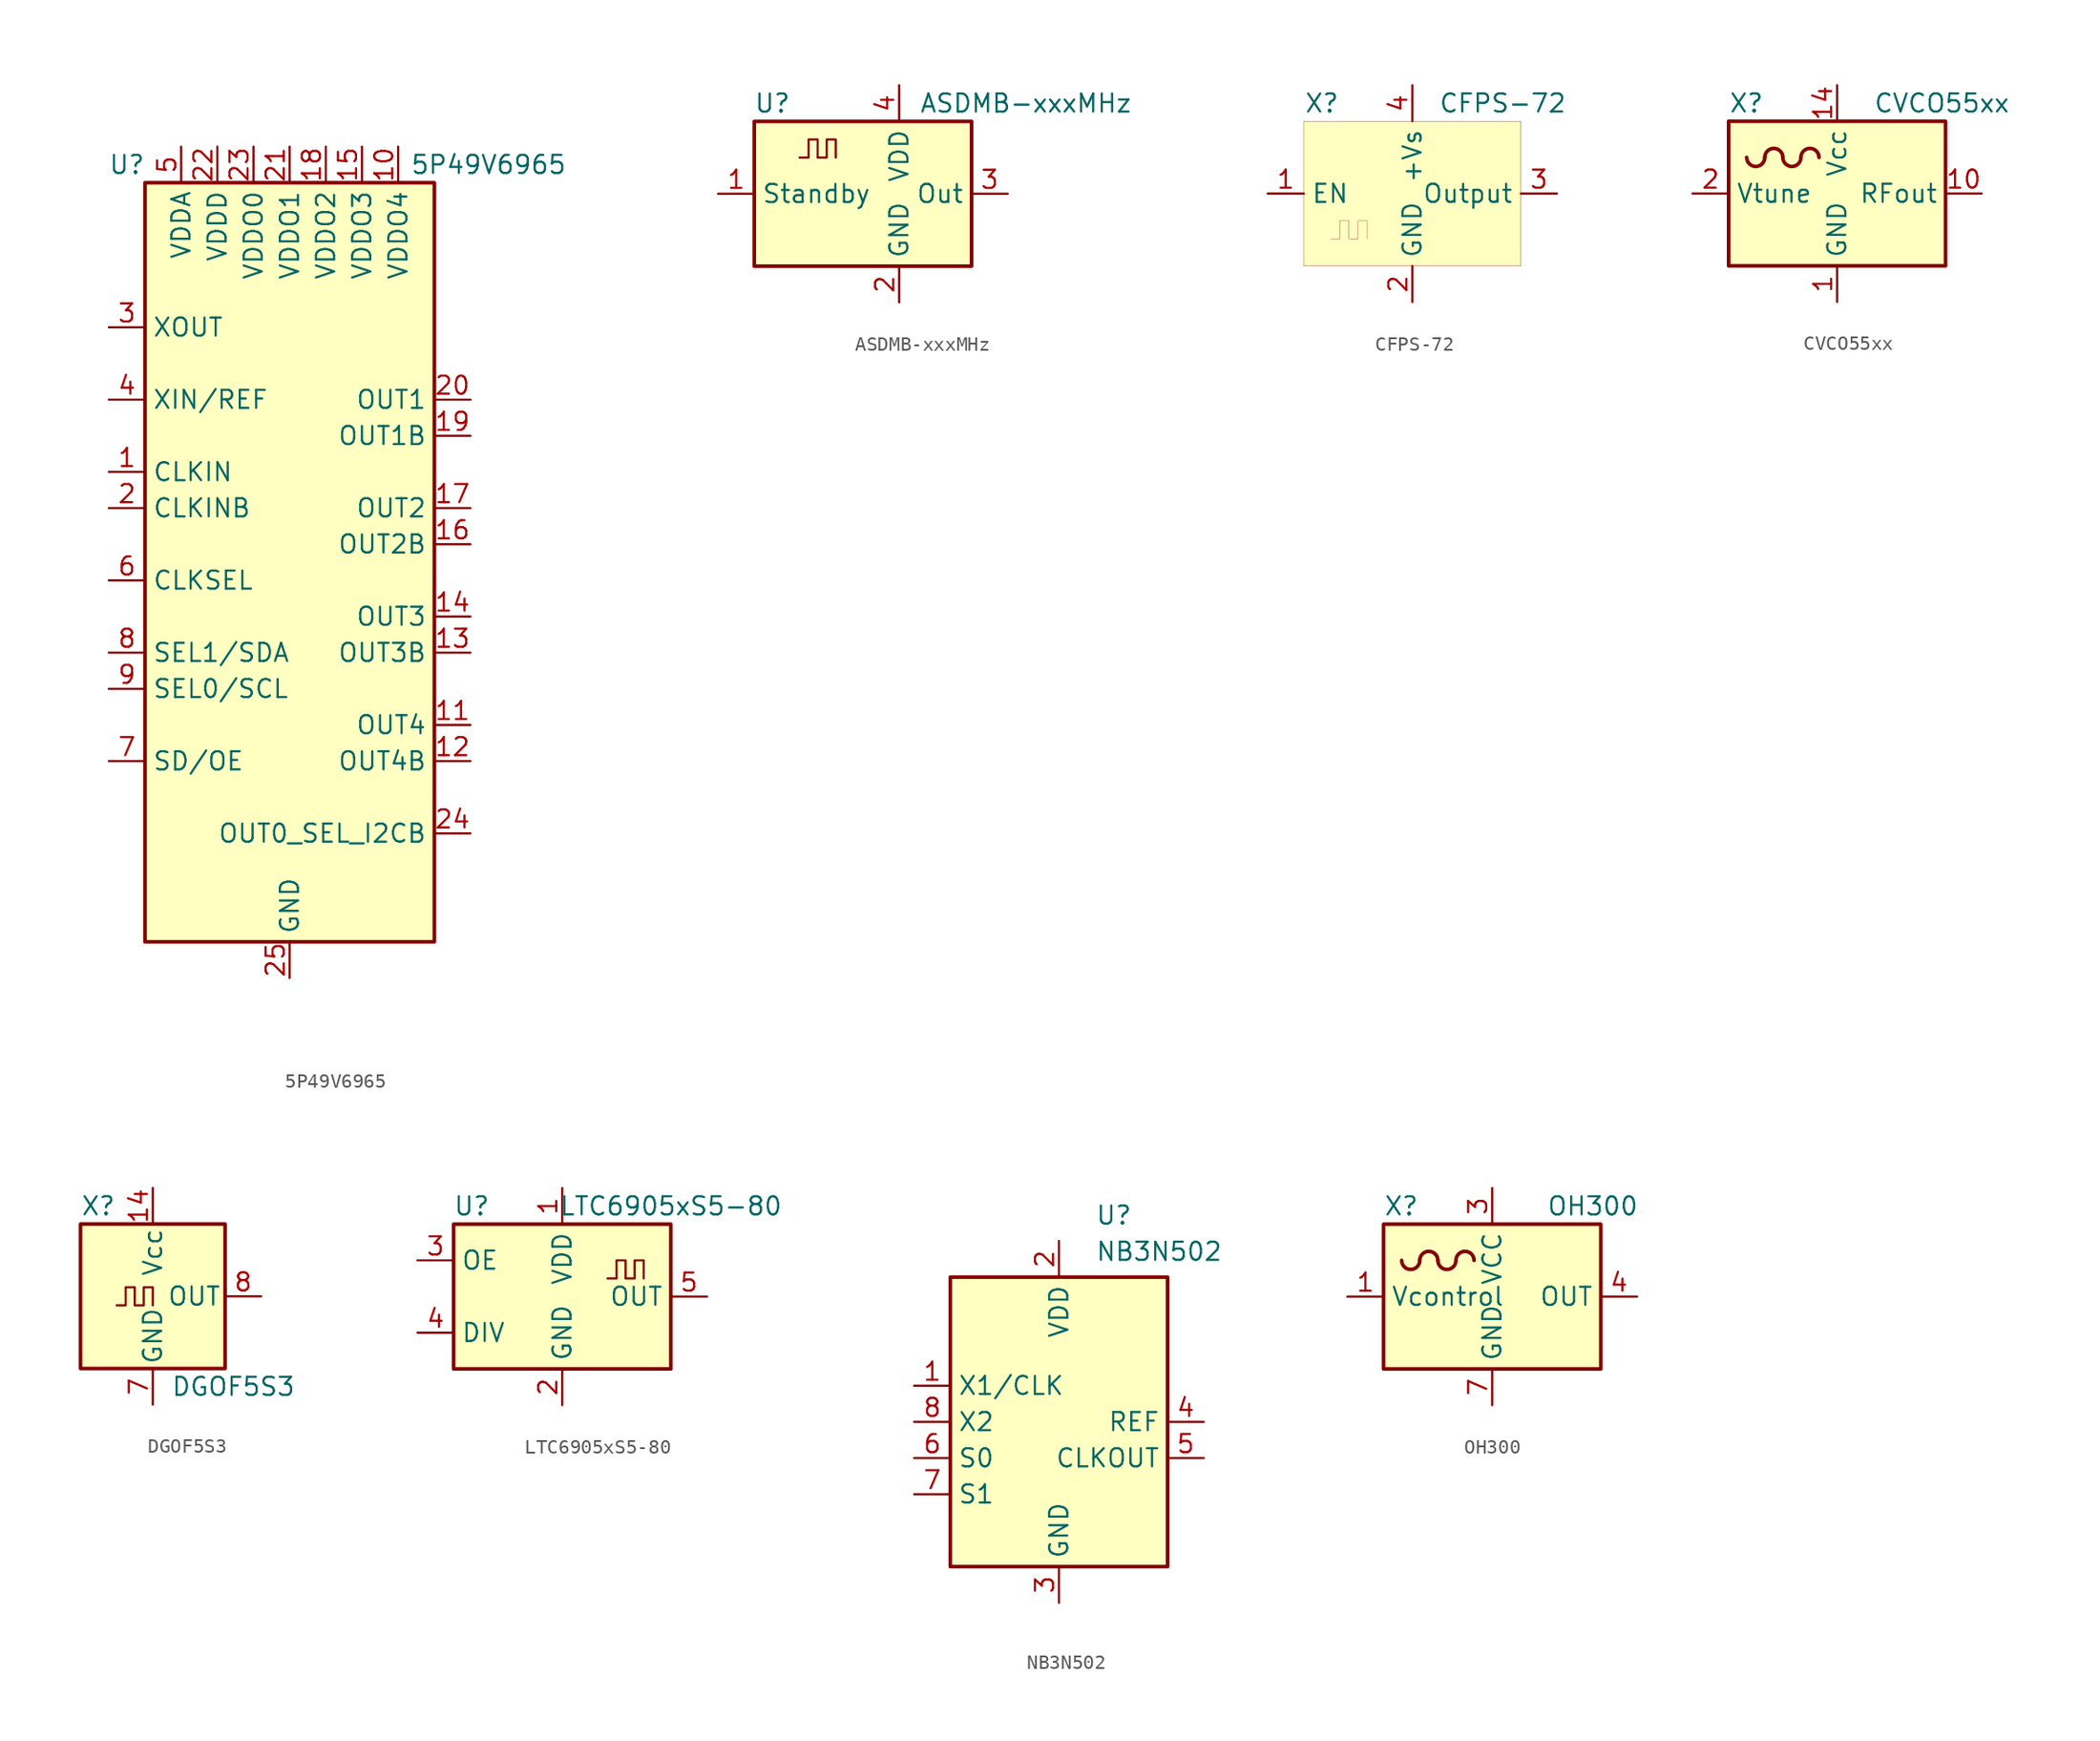
<source format=kicad_sym>
(kicad_symbol_lib
  (version 20231120)
  (generator "kicad_symbol_editor")
  (generator_version "8.0")
  (symbol "5P49V6965"
    (property "Reference" "U"
      (at -11.43 29.21 0)
      (effects (font (size 1.27 1.27))))
    (property "Value" "5P49V6965"
      (at 13.97 29.21 0)
      (effects (font (size 1.27 1.27))))
    (symbol "5P49V6965_0_1"
      (rectangle (start -10.16 27.94) (end 10.16 -25.4) (stroke (width 0.254) (type default)) (fill (type background))))
    (symbol "5P49V6965_1_1"
      (pin input line (at -12.7 7.62 0) (length 2.54) (name "CLKIN" (effects (font (size 1.27 1.27)))) (number "1" (effects (font (size 1.27 1.27)))))
      (pin power_in line (at 7.62 30.48 270) (length 2.54) (name "VDDO4" (effects (font (size 1.27 1.27)))) (number "10" (effects (font (size 1.27 1.27)))))
      (pin output line (at 12.7 -10.16 180) (length 2.54) (name "OUT4" (effects (font (size 1.27 1.27)))) (number "11" (effects (font (size 1.27 1.27)))))
      (pin output line (at 12.7 -12.7 180) (length 2.54) (name "OUT4B" (effects (font (size 1.27 1.27)))) (number "12" (effects (font (size 1.27 1.27)))))
      (pin output line (at 12.7 -5.08 180) (length 2.54) (name "OUT3B" (effects (font (size 1.27 1.27)))) (number "13" (effects (font (size 1.27 1.27)))))
      (pin output line (at 12.7 -2.54 180) (length 2.54) (name "OUT3" (effects (font (size 1.27 1.27)))) (number "14" (effects (font (size 1.27 1.27)))))
      (pin power_in line (at 5.08 30.48 270) (length 2.54) (name "VDDO3" (effects (font (size 1.27 1.27)))) (number "15" (effects (font (size 1.27 1.27)))))
      (pin output line (at 12.7 2.54 180) (length 2.54) (name "OUT2B" (effects (font (size 1.27 1.27)))) (number "16" (effects (font (size 1.27 1.27)))))
      (pin output line (at 12.7 5.08 180) (length 2.54) (name "OUT2" (effects (font (size 1.27 1.27)))) (number "17" (effects (font (size 1.27 1.27)))))
      (pin power_in line (at 2.54 30.48 270) (length 2.54) (name "VDDO2" (effects (font (size 1.27 1.27)))) (number "18" (effects (font (size 1.27 1.27)))))
      (pin output line (at 12.7 10.16 180) (length 2.54) (name "OUT1B" (effects (font (size 1.27 1.27)))) (number "19" (effects (font (size 1.27 1.27)))))
      (pin input line (at -12.7 5.08 0) (length 2.54) (name "CLKINB" (effects (font (size 1.27 1.27)))) (number "2" (effects (font (size 1.27 1.27)))))
      (pin output line (at 12.7 12.7 180) (length 2.54) (name "OUT1" (effects (font (size 1.27 1.27)))) (number "20" (effects (font (size 1.27 1.27)))))
      (pin power_in line (at 0 30.48 270) (length 2.54) (name "VDDO1" (effects (font (size 1.27 1.27)))) (number "21" (effects (font (size 1.27 1.27)))))
      (pin power_in line (at -5.08 30.48 270) (length 2.54) (name "VDDD" (effects (font (size 1.27 1.27)))) (number "22" (effects (font (size 1.27 1.27)))))
      (pin power_in line (at -2.54 30.48 270) (length 2.54) (name "VDDO0" (effects (font (size 1.27 1.27)))) (number "23" (effects (font (size 1.27 1.27)))))
      (pin bidirectional line (at 12.7 -17.78 180) (length 2.54) (name "OUT0_SEL_I2CB" (effects (font (size 1.27 1.27)))) (number "24" (effects (font (size 1.27 1.27)))))
      (pin power_in line (at 0 -27.94 90) (length 2.54) (name "GND" (effects (font (size 1.27 1.27)))) (number "25" (effects (font (size 1.27 1.27)))))
      (pin output line (at -12.7 17.78 0) (length 2.54) (name "XOUT" (effects (font (size 1.27 1.27)))) (number "3" (effects (font (size 1.27 1.27)))))
      (pin input line (at -12.7 12.7 0) (length 2.54) (name "XIN/REF" (effects (font (size 1.27 1.27)))) (number "4" (effects (font (size 1.27 1.27)))))
      (pin power_in line (at -7.62 30.48 270) (length 2.54) (name "VDDA" (effects (font (size 1.27 1.27)))) (number "5" (effects (font (size 1.27 1.27)))))
      (pin input line (at -12.7 0 0) (length 2.54) (name "CLKSEL" (effects (font (size 1.27 1.27)))) (number "6" (effects (font (size 1.27 1.27)))))
      (pin input line (at -12.7 -12.7 0) (length 2.54) (name "SD/OE" (effects (font (size 1.27 1.27)))) (number "7" (effects (font (size 1.27 1.27)))))
      (pin bidirectional line (at -12.7 -5.08 0) (length 2.54) (name "SEL1/SDA" (effects (font (size 1.27 1.27)))) (number "8" (effects (font (size 1.27 1.27)))))
      (pin input line (at -12.7 -7.62 0) (length 2.54) (name "SEL0/SCL" (effects (font (size 1.27 1.27)))) (number "9" (effects (font (size 1.27 1.27)))))))
  (symbol "ASDMB-xxxMHz"
    (property "Reference" "U"
      (at -6.35 6.35 0)
      (effects (font (size 1.27 1.27))))
    (property "Value" "ASDMB-xxxMHz"
      (at 11.43 6.35 0)
      (effects (font (size 1.27 1.27))))
    (symbol "ASDMB-xxxMHz_1_1"
      (rectangle (start -7.62 5.08) (end 7.62 -5.08) (stroke (width 0.254) (type default)) (fill (type background)))
      (polyline (pts (xy -4.445 2.54) (xy -3.81 2.54) (xy -3.81 3.81) (xy -3.175 3.81) (xy -3.175 2.54) (xy -2.54 2.54) (xy -2.54 3.81) (xy -1.905 3.81) (xy -1.905 2.54)) (stroke (width 0) (type default)) (fill (type none)))
      (pin input line (at -10.16 0 0) (length 2.54) (name "Standby" (effects (font (size 1.27 1.27)))) (number "1" (effects (font (size 1.27 1.27)))))
      (pin power_in line (at 2.54 -7.62 90) (length 2.54) (name "GND" (effects (font (size 1.27 1.27)))) (number "2" (effects (font (size 1.27 1.27)))))
      (pin output line (at 10.16 0 180) (length 2.54) (name "Out" (effects (font (size 1.27 1.27)))) (number "3" (effects (font (size 1.27 1.27)))))
      (pin power_in line (at 2.54 7.62 270) (length 2.54) (name "VDD" (effects (font (size 1.27 1.27)))) (number "4" (effects (font (size 1.27 1.27)))))))
  (symbol "CFPS-72"
    (property "Reference" "X"
      (at -6.35 6.35 0)
      (effects (font (size 1.27 1.27))))
    (property "Value" "CFPS-72"
      (at 6.35 6.35 0)
      (effects (font (size 1.27 1.27))))
    (symbol "CFPS-72_0_1"
      (rectangle (start -7.62 5.08) (end 7.62 -5.08) (stroke (width 0.001) (type default)) (fill (type background)))
      (polyline (pts (xy -5.715 -3.175) (xy -5.08 -3.175) (xy -5.08 -1.905) (xy -4.445 -1.905) (xy -4.445 -3.175) (xy -3.81 -3.175) (xy -3.81 -1.905) (xy -3.175 -1.905) (xy -3.175 -3.175)) (stroke (width 0.001) (type default)) (fill (type none))))
    (symbol "CFPS-72_1_1"
      (pin input line (at -10.16 0 0) (length 2.54) (name "EN" (effects (font (size 1.27 1.27)))) (number "1" (effects (font (size 1.27 1.27)))))
      (pin power_in line (at 0 -7.62 90) (length 2.54) (name "GND" (effects (font (size 1.27 1.27)))) (number "2" (effects (font (size 1.27 1.27)))))
      (pin output line (at 10.16 0 180) (length 2.54) (name "Output" (effects (font (size 1.27 1.27)))) (number "3" (effects (font (size 1.27 1.27)))))
      (pin power_in line (at 0 7.62 270) (length 2.54) (name "+Vs" (effects (font (size 1.27 1.27)))) (number "4" (effects (font (size 1.27 1.27)))))))
  (symbol "CVCO55xx"
    (property "Reference" "X"
      (at -7.62 6.35 0)
      (effects (font (size 1.27 1.27)) (justify left)))
    (property "Value" "CVCO55xx"
      (at 2.54 6.35 0)
      (effects (font (size 1.27 1.27)) (justify left)))
    (symbol "CVCO55xx_0_0"
      (pin passive line (at 0 -7.62 90) (length 2.54) hide (name "GND" (effects (font (size 1.27 1.27)))) (number "15" (effects (font (size 1.27 1.27)))))
      (pin passive line (at 0 -7.62 90) (length 2.54) hide (name "GND" (effects (font (size 1.27 1.27)))) (number "16" (effects (font (size 1.27 1.27))))))
    (symbol "CVCO55xx_0_1"
      (rectangle (start -7.62 5.08) (end 7.62 -5.08) (stroke (width 0.254) (type default)) (fill (type background)))
      (arc (start -6.35 2.54) (mid -5.715 1.9077) (end -5.08 2.54) (stroke (width 0.254) (type default)) (fill (type none)))
      (arc (start -3.81 2.54) (mid -4.445 3.1723) (end -5.08 2.54) (stroke (width 0.254) (type default)) (fill (type none)))
      (arc (start -3.81 2.54) (mid -3.175 1.9077) (end -2.54 2.54) (stroke (width 0.254) (type default)) (fill (type none)))
      (arc (start -1.27 2.54) (mid -1.905 3.1723) (end -2.54 2.54) (stroke (width 0.254) (type default)) (fill (type none))))
    (symbol "CVCO55xx_1_1"
      (pin power_in line (at 0 -7.62 90) (length 2.54) (name "GND" (effects (font (size 1.27 1.27)))) (number "1" (effects (font (size 1.27 1.27)))))
      (pin output line (at 10.16 0 180) (length 2.54) (name "RFout" (effects (font (size 1.27 1.27)))) (number "10" (effects (font (size 1.27 1.27)))))
      (pin passive line (at 0 -7.62 90) (length 2.54) hide (name "GND" (effects (font (size 1.27 1.27)))) (number "11" (effects (font (size 1.27 1.27)))))
      (pin passive line (at 0 -7.62 90) (length 2.54) hide (name "GND" (effects (font (size 1.27 1.27)))) (number "12" (effects (font (size 1.27 1.27)))))
      (pin passive line (at 0 -7.62 90) (length 2.54) hide (name "GND" (effects (font (size 1.27 1.27)))) (number "13" (effects (font (size 1.27 1.27)))))
      (pin power_in line (at 0 7.62 270) (length 2.54) (name "Vcc" (effects (font (size 1.27 1.27)))) (number "14" (effects (font (size 1.27 1.27)))))
      (pin passive line (at -10.16 0 0) (length 2.54) (name "Vtune" (effects (font (size 1.27 1.27)))) (number "2" (effects (font (size 1.27 1.27)))))
      (pin passive line (at 0 -7.62 90) (length 2.54) hide (name "GND" (effects (font (size 1.27 1.27)))) (number "3" (effects (font (size 1.27 1.27)))))
      (pin passive line (at 0 -7.62 90) (length 2.54) hide (name "GND" (effects (font (size 1.27 1.27)))) (number "4" (effects (font (size 1.27 1.27)))))
      (pin passive line (at 0 -7.62 90) (length 2.54) hide (name "GND" (effects (font (size 1.27 1.27)))) (number "5" (effects (font (size 1.27 1.27)))))
      (pin passive line (at 0 -7.62 90) (length 2.54) hide (name "GND" (effects (font (size 1.27 1.27)))) (number "6" (effects (font (size 1.27 1.27)))))
      (pin passive line (at 0 -7.62 90) (length 2.54) hide (name "GND" (effects (font (size 1.27 1.27)))) (number "7" (effects (font (size 1.27 1.27)))))
      (pin passive line (at 0 -7.62 90) (length 2.54) hide (name "GND" (effects (font (size 1.27 1.27)))) (number "8" (effects (font (size 1.27 1.27)))))
      (pin passive line (at 0 -7.62 90) (length 2.54) hide (name "GND" (effects (font (size 1.27 1.27)))) (number "9" (effects (font (size 1.27 1.27)))))))
  (symbol "DGOF5S3"
    (pin_names
      (offset 0.254))
    (property "Reference" "X"
      (at -5.08 6.35 0)
      (effects (font (size 1.27 1.27)) (justify left)))
    (property "Value" "DGOF5S3"
      (at 1.27 -6.35 0)
      (effects (font (size 1.27 1.27)) (justify left)))
    (symbol "DGOF5S3_0_1"
      (rectangle (start -5.08 5.08) (end 5.08 -5.08) (stroke (width 0.254) (type default)) (fill (type background)))
      (polyline (pts (xy -2.54 -0.635) (xy -1.905 -0.635) (xy -1.905 0.635) (xy -1.27 0.635) (xy -1.27 -0.635) (xy -0.635 -0.635) (xy -0.635 0.635) (xy 0 0.635) (xy 0 -0.635)) (stroke (width 0) (type default)) (fill (type none))))
    (symbol "DGOF5S3_1_1"
      (pin no_connect line (at -5.08 2.54 0) (length 2.54) hide (name "NC" (effects (font (size 1.27 1.27)))) (number "1" (effects (font (size 1.27 1.27)))))
      (pin power_in line (at 0 7.62 270) (length 2.54) (name "Vcc" (effects (font (size 1.27 1.27)))) (number "14" (effects (font (size 1.27 1.27)))))
      (pin power_in line (at 0 -7.62 90) (length 2.54) (name "GND" (effects (font (size 1.27 1.27)))) (number "7" (effects (font (size 1.27 1.27)))))
      (pin output line (at 7.62 0 180) (length 2.54) (name "OUT" (effects (font (size 1.27 1.27)))) (number "8" (effects (font (size 1.27 1.27)))))))
  (symbol "LTC6905xS5-80"
    (property "Reference" "U"
      (at -6.35 6.35 0)
      (effects (font (size 1.27 1.27))))
    (property "Value" "LTC6905xS5-80"
      (at 7.62 6.35 0)
      (effects (font (size 1.27 1.27))))
    (symbol "LTC6905xS5-80_1_1"
      (rectangle (start -7.62 5.08) (end 7.62 -5.08) (stroke (width 0.254) (type default)) (fill (type background)))
      (polyline (pts (xy 3.175 1.27) (xy 3.81 1.27) (xy 3.81 2.54) (xy 4.445 2.54) (xy 4.445 1.27) (xy 5.08 1.27) (xy 5.08 2.54) (xy 5.715 2.54) (xy 5.715 1.27)) (stroke (width 0) (type default)) (fill (type none)))
      (pin power_in line (at 0 7.62 270) (length 2.54) (name "VDD" (effects (font (size 1.27 1.27)))) (number "1" (effects (font (size 1.27 1.27)))))
      (pin power_in line (at 0 -7.62 90) (length 2.54) (name "GND" (effects (font (size 1.27 1.27)))) (number "2" (effects (font (size 1.27 1.27)))))
      (pin input line (at -10.16 2.54 0) (length 2.54) (name "OE" (effects (font (size 1.27 1.27)))) (number "3" (effects (font (size 1.27 1.27)))))
      (pin input line (at -10.16 -2.54 0) (length 2.54) (name "DIV" (effects (font (size 1.27 1.27)))) (number "4" (effects (font (size 1.27 1.27)))))
      (pin output line (at 10.16 0 180) (length 2.54) (name "OUT" (effects (font (size 1.27 1.27)))) (number "5" (effects (font (size 1.27 1.27)))))))
  (symbol "NB3N502"
    (property "Reference" "U"
      (at 2.54 15.24 0)
      (effects (font (size 1.27 1.27)) (justify left top)))
    (property "Value" "NB3N502"
      (at 2.54 12.7 0)
      (effects (font (size 1.27 1.27)) (justify left top)))
    (symbol "NB3N502_0_1"
      (rectangle (start -7.62 10.16) (end 7.62 -10.16) (stroke (width 0.254) (type default)) (fill (type background))))
    (symbol "NB3N502_1_1"
      (pin input line (at -10.16 2.54 0) (length 2.54) (name "X1/CLK" (effects (font (size 1.27 1.27)))) (number "1" (effects (font (size 1.27 1.27)))))
      (pin power_in line (at 0 12.7 270) (length 2.54) (name "VDD" (effects (font (size 1.27 1.27)))) (number "2" (effects (font (size 1.27 1.27)))))
      (pin power_in line (at 0 -12.7 90) (length 2.54) (name "GND" (effects (font (size 1.27 1.27)))) (number "3" (effects (font (size 1.27 1.27)))))
      (pin output line (at 10.16 0 180) (length 2.54) (name "REF" (effects (font (size 1.27 1.27)))) (number "4" (effects (font (size 1.27 1.27)))))
      (pin output line (at 10.16 -2.54 180) (length 2.54) (name "CLKOUT" (effects (font (size 1.27 1.27)))) (number "5" (effects (font (size 1.27 1.27)))))
      (pin input line (at -10.16 -2.54 0) (length 2.54) (name "S0" (effects (font (size 1.27 1.27)))) (number "6" (effects (font (size 1.27 1.27)))))
      (pin input line (at -10.16 -5.08 0) (length 2.54) (name "S1" (effects (font (size 1.27 1.27)))) (number "7" (effects (font (size 1.27 1.27)))))
      (pin output line (at -10.16 0 0) (length 2.54) (name "X2" (effects (font (size 1.27 1.27)))) (number "8" (effects (font (size 1.27 1.27)))))))
  (symbol "OH300"
    (property "Reference" "X"
      (at -7.62 6.35 0)
      (effects (font (size 1.27 1.27)) (justify left)))
    (property "Value" "OH300"
      (at 3.81 6.35 0)
      (effects (font (size 1.27 1.27)) (justify left)))
    (symbol "OH300_0_1"
      (rectangle (start -7.62 5.08) (end 7.62 -5.08) (stroke (width 0.254) (type default)) (fill (type background)))
      (arc (start -6.35 2.54) (mid -5.715 1.9077) (end -5.08 2.54) (stroke (width 0.254) (type default)) (fill (type none)))
      (arc (start -3.81 2.54) (mid -4.445 3.1723) (end -5.08 2.54) (stroke (width 0.254) (type default)) (fill (type none)))
      (arc (start -3.81 2.54) (mid -3.175 1.9077) (end -2.54 2.54) (stroke (width 0.254) (type default)) (fill (type none)))
      (arc (start -1.27 2.54) (mid -1.905 3.1723) (end -2.54 2.54) (stroke (width 0.254) (type default)) (fill (type none))))
    (symbol "OH300_1_1"
      (pin input line (at -10.16 0 0) (length 2.54) (name "Vcontrol" (effects (font (size 1.27 1.27)))) (number "1" (effects (font (size 1.27 1.27)))))
      (pin no_connect line (at 2.54 -5.08 90) (length 2.54) hide (name "NC" (effects (font (size 1.27 1.27)))) (number "2" (effects (font (size 1.27 1.27)))))
      (pin power_in line (at 0 7.62 270) (length 2.54) (name "VCC" (effects (font (size 1.27 1.27)))) (number "3" (effects (font (size 1.27 1.27)))))
      (pin output line (at 10.16 0 180) (length 2.54) (name "OUT" (effects (font (size 1.27 1.27)))) (number "4" (effects (font (size 1.27 1.27)))))
      (pin no_connect line (at -2.54 -5.08 90) (length 2.54) hide (name "NC" (effects (font (size 1.27 1.27)))) (number "5" (effects (font (size 1.27 1.27)))))
      (pin no_connect line (at -5.08 -5.08 90) (length 2.54) hide (name "NC" (effects (font (size 1.27 1.27)))) (number "6" (effects (font (size 1.27 1.27)))))
      (pin power_in line (at 0 -7.62 90) (length 2.54) (name "GND" (effects (font (size 1.27 1.27)))) (number "7" (effects (font (size 1.27 1.27))))))))
</source>
